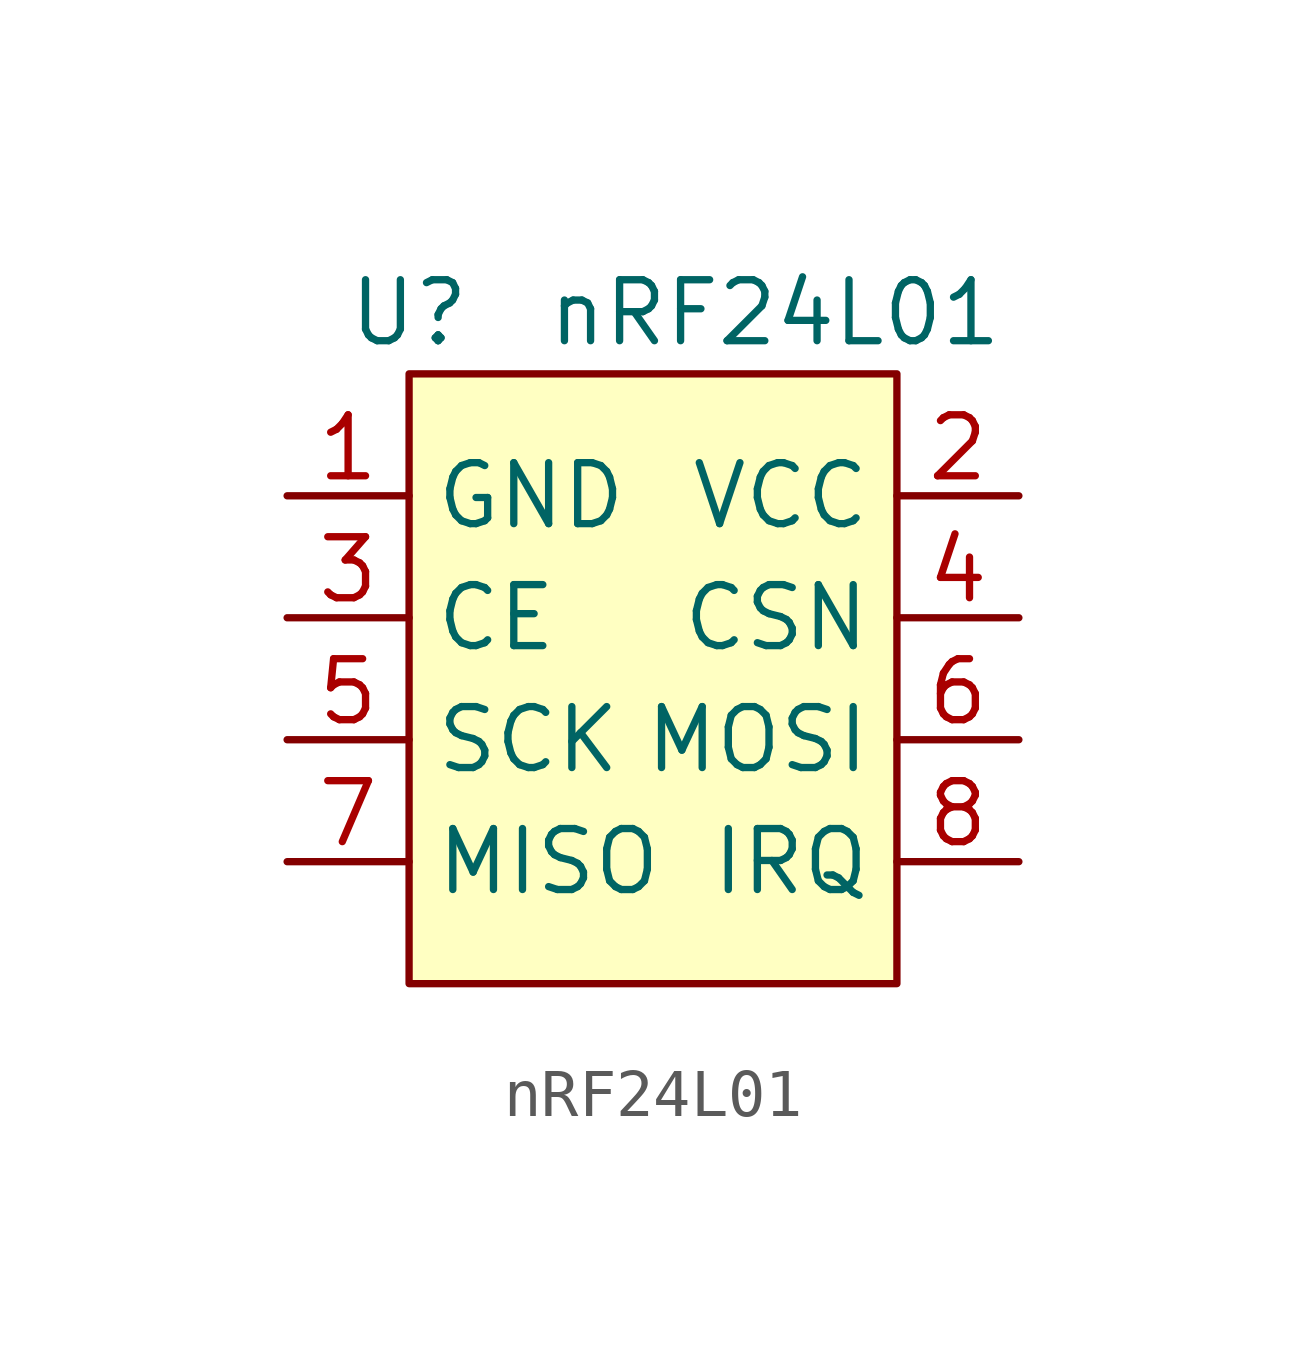
<source format=kicad_sym>
(kicad_symbol_lib
  (version 20220914)
  (generator kicad_symbol_editor)
  (symbol "nRF24L01"
    (property "Reference" "U"
      (at 0 1.27 0)
      (effects (font (size 1.27 1.27))))
    (property "Value" "nRF24L01"
      (at 7.62 1.27 0)
      (effects (font (size 1.27 1.27))))
    (symbol "nRF24L01_0_1"
      (rectangle (start 0 0) (end 10.16 -12.7) (stroke (width 0) (type default)) (fill (type background))))
    (symbol "nRF24L01_1_1"
      (pin power_in line (at -2.54 -2.54 0) (length 2.54) (name "GND" (effects (font (size 1.27 1.27)))) (number "1" (effects (font (size 1.27 1.27)))))
      (pin power_in line (at 12.7 -2.54 180) (length 2.54) (name "VCC" (effects (font (size 1.27 1.27)))) (number "2" (effects (font (size 1.27 1.27)))))
      (pin input line (at -2.54 -5.08 0) (length 2.54) (name "CE" (effects (font (size 1.27 1.27)))) (number "3" (effects (font (size 1.27 1.27)))))
      (pin input line (at 12.7 -5.08 180) (length 2.54) (name "CSN" (effects (font (size 1.27 1.27)))) (number "4" (effects (font (size 1.27 1.27)))))
      (pin input line (at -2.54 -7.62 0) (length 2.54) (name "SCK" (effects (font (size 1.27 1.27)))) (number "5" (effects (font (size 1.27 1.27)))))
      (pin input line (at 12.7 -7.62 180) (length 2.54) (name "MOSI" (effects (font (size 1.27 1.27)))) (number "6" (effects (font (size 1.27 1.27)))))
      (pin output line (at -2.54 -10.16 0) (length 2.54) (name "MISO" (effects (font (size 1.27 1.27)))) (number "7" (effects (font (size 1.27 1.27)))))
      (pin output line (at 12.7 -10.16 180) (length 2.54) (name "IRQ" (effects (font (size 1.27 1.27)))) (number "8" (effects (font (size 1.27 1.27))))))))
</source>
